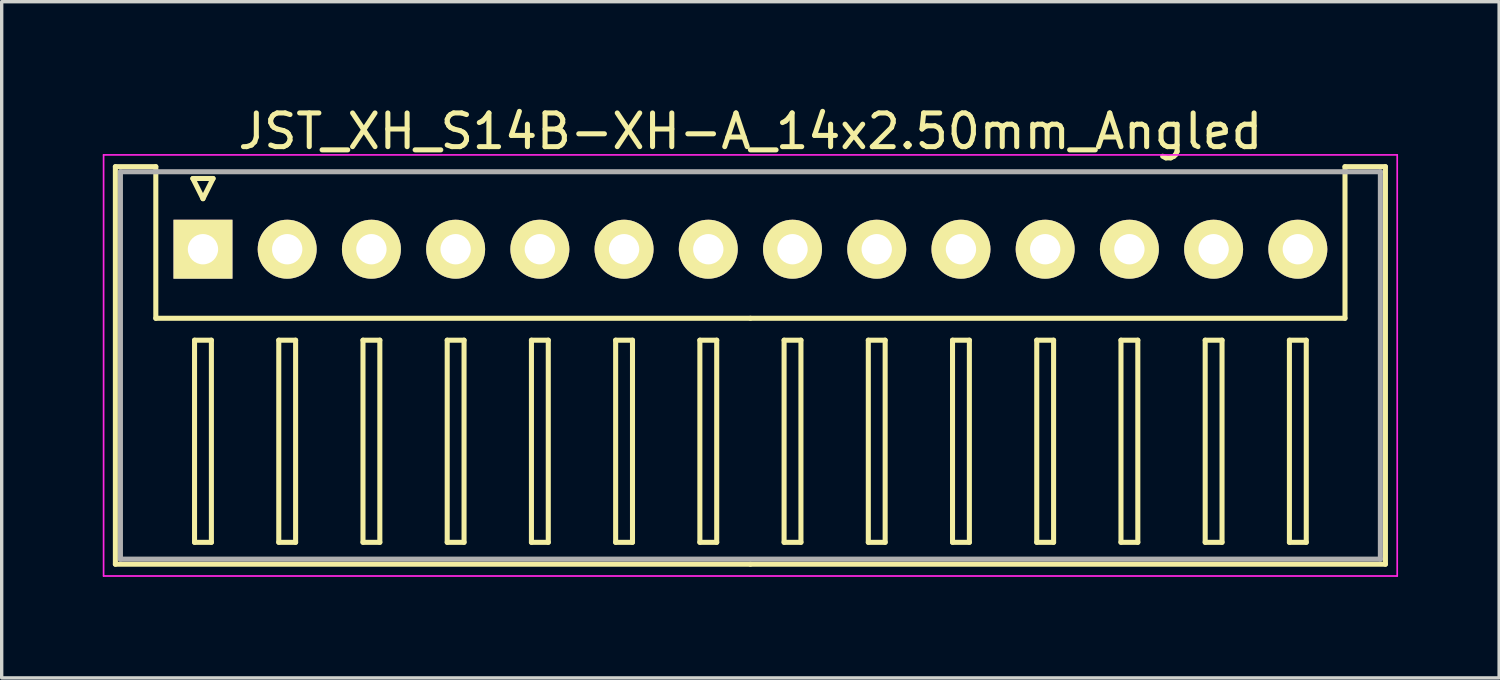
<source format=kicad_pcb>
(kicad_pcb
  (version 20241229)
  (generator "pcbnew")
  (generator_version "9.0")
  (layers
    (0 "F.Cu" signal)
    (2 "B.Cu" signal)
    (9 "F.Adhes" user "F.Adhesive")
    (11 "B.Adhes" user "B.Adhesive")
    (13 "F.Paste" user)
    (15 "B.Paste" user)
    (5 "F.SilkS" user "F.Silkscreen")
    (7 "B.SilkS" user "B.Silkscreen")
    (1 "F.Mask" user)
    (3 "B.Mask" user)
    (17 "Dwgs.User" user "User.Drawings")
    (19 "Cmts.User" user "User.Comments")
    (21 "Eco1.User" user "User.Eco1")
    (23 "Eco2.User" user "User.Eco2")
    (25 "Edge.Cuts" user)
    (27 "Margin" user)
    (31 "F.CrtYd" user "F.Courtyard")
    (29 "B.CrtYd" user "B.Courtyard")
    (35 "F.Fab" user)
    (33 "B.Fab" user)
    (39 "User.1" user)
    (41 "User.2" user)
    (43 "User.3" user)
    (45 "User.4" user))
  (footprint "JST_XH_S14B-XH-A_14x2.50mm_Angled"
    (layer "F.Cu")
    (at 2.975 4.348)
    (property "Reference" "JST_XH_S14B-XH-A_14x2.50mm_Angled" (at 16.25 -3.5 0) (layer "F.SilkS") (effects (font (size 1 1) (thickness 0.15))))
    (attr through_hole)
    (fp_line (start -2.6 -2.45) (end -1.4 -2.45) (stroke (width 0.15) (type solid)) (layer "F.SilkS"))
    (fp_line (start -2.6 9.35) (end -2.6 -2.45) (stroke (width 0.15) (type solid)) (layer "F.SilkS"))
    (fp_line (start -1.4 -2.45) (end -1.4 2.05) (stroke (width 0.15) (type solid)) (layer "F.SilkS"))
    (fp_line (start -1.4 2.05) (end 16.25 2.05) (stroke (width 0.15) (type solid)) (layer "F.SilkS"))
    (fp_line (start -0.3 -2.1) (end 0.3 -2.1) (stroke (width 0.15) (type solid)) (layer "F.SilkS"))
    (fp_line (start -0.25 2.7) (end -0.25 8.7) (stroke (width 0.15) (type solid)) (layer "F.SilkS"))
    (fp_line (start -0.25 8.7) (end 0.25 8.7) (stroke (width 0.15) (type solid)) (layer "F.SilkS"))
    (fp_line (start 0 -1.5) (end -0.3 -2.1) (stroke (width 0.15) (type solid)) (layer "F.SilkS"))
    (fp_line (start 0.25 2.7) (end -0.25 2.7) (stroke (width 0.15) (type solid)) (layer "F.SilkS"))
    (fp_line (start 0.25 8.7) (end 0.25 2.7) (stroke (width 0.15) (type solid)) (layer "F.SilkS"))
    (fp_line (start 0.3 -2.1) (end 0 -1.5) (stroke (width 0.15) (type solid)) (layer "F.SilkS"))
    (fp_line (start 2.25 2.7) (end 2.25 8.7) (stroke (width 0.15) (type solid)) (layer "F.SilkS"))
    (fp_line (start 2.25 8.7) (end 2.75 8.7) (stroke (width 0.15) (type solid)) (layer "F.SilkS"))
    (fp_line (start 2.75 2.7) (end 2.25 2.7) (stroke (width 0.15) (type solid)) (layer "F.SilkS"))
    (fp_line (start 2.75 8.7) (end 2.75 2.7) (stroke (width 0.15) (type solid)) (layer "F.SilkS"))
    (fp_line (start 4.75 2.7) (end 4.75 8.7) (stroke (width 0.15) (type solid)) (layer "F.SilkS"))
    (fp_line (start 4.75 8.7) (end 5.25 8.7) (stroke (width 0.15) (type solid)) (layer "F.SilkS"))
    (fp_line (start 5.25 2.7) (end 4.75 2.7) (stroke (width 0.15) (type solid)) (layer "F.SilkS"))
    (fp_line (start 5.25 8.7) (end 5.25 2.7) (stroke (width 0.15) (type solid)) (layer "F.SilkS"))
    (fp_line (start 7.25 2.7) (end 7.25 8.7) (stroke (width 0.15) (type solid)) (layer "F.SilkS"))
    (fp_line (start 7.25 8.7) (end 7.75 8.7) (stroke (width 0.15) (type solid)) (layer "F.SilkS"))
    (fp_line (start 7.75 2.7) (end 7.25 2.7) (stroke (width 0.15) (type solid)) (layer "F.SilkS"))
    (fp_line (start 7.75 8.7) (end 7.75 2.7) (stroke (width 0.15) (type solid)) (layer "F.SilkS"))
    (fp_line (start 9.75 2.7) (end 9.75 8.7) (stroke (width 0.15) (type solid)) (layer "F.SilkS"))
    (fp_line (start 9.75 8.7) (end 10.25 8.7) (stroke (width 0.15) (type solid)) (layer "F.SilkS"))
    (fp_line (start 10.25 2.7) (end 9.75 2.7) (stroke (width 0.15) (type solid)) (layer "F.SilkS"))
    (fp_line (start 10.25 8.7) (end 10.25 2.7) (stroke (width 0.15) (type solid)) (layer "F.SilkS"))
    (fp_line (start 12.25 2.7) (end 12.25 8.7) (stroke (width 0.15) (type solid)) (layer "F.SilkS"))
    (fp_line (start 12.25 8.7) (end 12.75 8.7) (stroke (width 0.15) (type solid)) (layer "F.SilkS"))
    (fp_line (start 12.75 2.7) (end 12.25 2.7) (stroke (width 0.15) (type solid)) (layer "F.SilkS"))
    (fp_line (start 12.75 8.7) (end 12.75 2.7) (stroke (width 0.15) (type solid)) (layer "F.SilkS"))
    (fp_line (start 14.75 2.7) (end 14.75 8.7) (stroke (width 0.15) (type solid)) (layer "F.SilkS"))
    (fp_line (start 14.75 8.7) (end 15.25 8.7) (stroke (width 0.15) (type solid)) (layer "F.SilkS"))
    (fp_line (start 15.25 2.7) (end 14.75 2.7) (stroke (width 0.15) (type solid)) (layer "F.SilkS"))
    (fp_line (start 15.25 8.7) (end 15.25 2.7) (stroke (width 0.15) (type solid)) (layer "F.SilkS"))
    (fp_line (start 16.25 9.35) (end -2.6 9.35) (stroke (width 0.15) (type solid)) (layer "F.SilkS"))
    (fp_line (start 16.25 9.35) (end 35.1 9.35) (stroke (width 0.15) (type solid)) (layer "F.SilkS"))
    (fp_line (start 17.25 2.7) (end 17.25 8.7) (stroke (width 0.15) (type solid)) (layer "F.SilkS"))
    (fp_line (start 17.25 8.7) (end 17.75 8.7) (stroke (width 0.15) (type solid)) (layer "F.SilkS"))
    (fp_line (start 17.75 2.7) (end 17.25 2.7) (stroke (width 0.15) (type solid)) (layer "F.SilkS"))
    (fp_line (start 17.75 8.7) (end 17.75 2.7) (stroke (width 0.15) (type solid)) (layer "F.SilkS"))
    (fp_line (start 19.75 2.7) (end 19.75 8.7) (stroke (width 0.15) (type solid)) (layer "F.SilkS"))
    (fp_line (start 19.75 8.7) (end 20.25 8.7) (stroke (width 0.15) (type solid)) (layer "F.SilkS"))
    (fp_line (start 20.25 2.7) (end 19.75 2.7) (stroke (width 0.15) (type solid)) (layer "F.SilkS"))
    (fp_line (start 20.25 8.7) (end 20.25 2.7) (stroke (width 0.15) (type solid)) (layer "F.SilkS"))
    (fp_line (start 22.25 2.7) (end 22.25 8.7) (stroke (width 0.15) (type solid)) (layer "F.SilkS"))
    (fp_line (start 22.25 8.7) (end 22.75 8.7) (stroke (width 0.15) (type solid)) (layer "F.SilkS"))
    (fp_line (start 22.75 2.7) (end 22.25 2.7) (stroke (width 0.15) (type solid)) (layer "F.SilkS"))
    (fp_line (start 22.75 8.7) (end 22.75 2.7) (stroke (width 0.15) (type solid)) (layer "F.SilkS"))
    (fp_line (start 24.75 2.7) (end 24.75 8.7) (stroke (width 0.15) (type solid)) (layer "F.SilkS"))
    (fp_line (start 24.75 8.7) (end 25.25 8.7) (stroke (width 0.15) (type solid)) (layer "F.SilkS"))
    (fp_line (start 25.25 2.7) (end 24.75 2.7) (stroke (width 0.15) (type solid)) (layer "F.SilkS"))
    (fp_line (start 25.25 8.7) (end 25.25 2.7) (stroke (width 0.15) (type solid)) (layer "F.SilkS"))
    (fp_line (start 27.25 2.7) (end 27.25 8.7) (stroke (width 0.15) (type solid)) (layer "F.SilkS"))
    (fp_line (start 27.25 8.7) (end 27.75 8.7) (stroke (width 0.15) (type solid)) (layer "F.SilkS"))
    (fp_line (start 27.75 2.7) (end 27.25 2.7) (stroke (width 0.15) (type solid)) (layer "F.SilkS"))
    (fp_line (start 27.75 8.7) (end 27.75 2.7) (stroke (width 0.15) (type solid)) (layer "F.SilkS"))
    (fp_line (start 29.75 2.7) (end 29.75 8.7) (stroke (width 0.15) (type solid)) (layer "F.SilkS"))
    (fp_line (start 29.75 8.7) (end 30.25 8.7) (stroke (width 0.15) (type solid)) (layer "F.SilkS"))
    (fp_line (start 30.25 2.7) (end 29.75 2.7) (stroke (width 0.15) (type solid)) (layer "F.SilkS"))
    (fp_line (start 30.25 8.7) (end 30.25 2.7) (stroke (width 0.15) (type solid)) (layer "F.SilkS"))
    (fp_line (start 32.25 2.7) (end 32.25 8.7) (stroke (width 0.15) (type solid)) (layer "F.SilkS"))
    (fp_line (start 32.25 8.7) (end 32.75 8.7) (stroke (width 0.15) (type solid)) (layer "F.SilkS"))
    (fp_line (start 32.75 2.7) (end 32.25 2.7) (stroke (width 0.15) (type solid)) (layer "F.SilkS"))
    (fp_line (start 32.75 8.7) (end 32.75 2.7) (stroke (width 0.15) (type solid)) (layer "F.SilkS"))
    (fp_line (start 33.9 -2.45) (end 33.9 2.05) (stroke (width 0.15) (type solid)) (layer "F.SilkS"))
    (fp_line (start 33.9 2.05) (end 16.25 2.05) (stroke (width 0.15) (type solid)) (layer "F.SilkS"))
    (fp_line (start 35.1 -2.45) (end 33.9 -2.45) (stroke (width 0.15) (type solid)) (layer "F.SilkS"))
    (fp_line (start 35.1 9.35) (end 35.1 -2.45) (stroke (width 0.15) (type solid)) (layer "F.SilkS"))
    (fp_line (start -2.95 -2.8) (end -2.95 9.7) (stroke (width 0.05) (type solid)) (layer "F.CrtYd"))
    (fp_line (start -2.95 9.7) (end 35.45 9.7) (stroke (width 0.05) (type solid)) (layer "F.CrtYd"))
    (fp_line (start 35.45 -2.8) (end -2.95 -2.8) (stroke (width 0.05) (type solid)) (layer "F.CrtYd"))
    (fp_line (start 35.45 9.7) (end 35.45 -2.8) (stroke (width 0.05) (type solid)) (layer "F.CrtYd"))
    (fp_line (start -2.45 -2.3) (end -2.45 9.2) (stroke (width 0.15) (type solid)) (layer "F.Fab"))
    (fp_line (start -2.45 9.2) (end 34.95 9.2) (stroke (width 0.15) (type solid)) (layer "F.Fab"))
    (fp_line (start 34.95 -2.3) (end -2.45 -2.3) (stroke (width 0.15) (type solid)) (layer "F.Fab"))
    (fp_line (start 34.95 9.2) (end 34.95 -2.3) (stroke (width 0.15) (type solid)) (layer "F.Fab"))
    (pad "1" thru_hole rect (at 0 0) (size 1.75 1.75) (drill 0.9) (layers "*.Cu" "*.Mask" "F.SilkS"))
    (pad "2" thru_hole circle (at 2.5 0) (size 1.75 1.75) (drill 0.9) (layers "*.Cu" "*.Mask" "F.SilkS"))
    (pad "3" thru_hole circle (at 5 0) (size 1.75 1.75) (drill 0.9) (layers "*.Cu" "*.Mask" "F.SilkS"))
    (pad "4" thru_hole circle (at 7.5 0) (size 1.75 1.75) (drill 0.9) (layers "*.Cu" "*.Mask" "F.SilkS"))
    (pad "5" thru_hole circle (at 10 0) (size 1.75 1.75) (drill 0.9) (layers "*.Cu" "*.Mask" "F.SilkS"))
    (pad "6" thru_hole circle (at 12.5 0) (size 1.75 1.75) (drill 0.9) (layers "*.Cu" "*.Mask" "F.SilkS"))
    (pad "7" thru_hole circle (at 15 0) (size 1.75 1.75) (drill 0.9) (layers "*.Cu" "*.Mask" "F.SilkS"))
    (pad "8" thru_hole circle (at 17.5 0) (size 1.75 1.75) (drill 0.9) (layers "*.Cu" "*.Mask" "F.SilkS"))
    (pad "9" thru_hole circle (at 20 0) (size 1.75 1.75) (drill 0.9) (layers "*.Cu" "*.Mask" "F.SilkS"))
    (pad "10" thru_hole circle (at 22.5 0) (size 1.75 1.75) (drill 0.9) (layers "*.Cu" "*.Mask" "F.SilkS"))
    (pad "11" thru_hole circle (at 25 0) (size 1.75 1.75) (drill 0.9) (layers "*.Cu" "*.Mask" "F.SilkS"))
    (pad "12" thru_hole circle (at 27.5 0) (size 1.75 1.75) (drill 0.9) (layers "*.Cu" "*.Mask" "F.SilkS"))
    (pad "13" thru_hole circle (at 30 0) (size 1.75 1.75) (drill 0.9) (layers "*.Cu" "*.Mask" "F.SilkS"))
    (pad "14" thru_hole circle (at 32.5 0) (size 1.75 1.75) (drill 0.9) (layers "*.Cu" "*.Mask" "F.SilkS")))
  (gr_rect
    (start -3 -3)
    (end 41.45 17.073)
    (stroke (width 0.1) (type default))
    (fill no)
    (layer "Edge.Cuts")))
</source>
